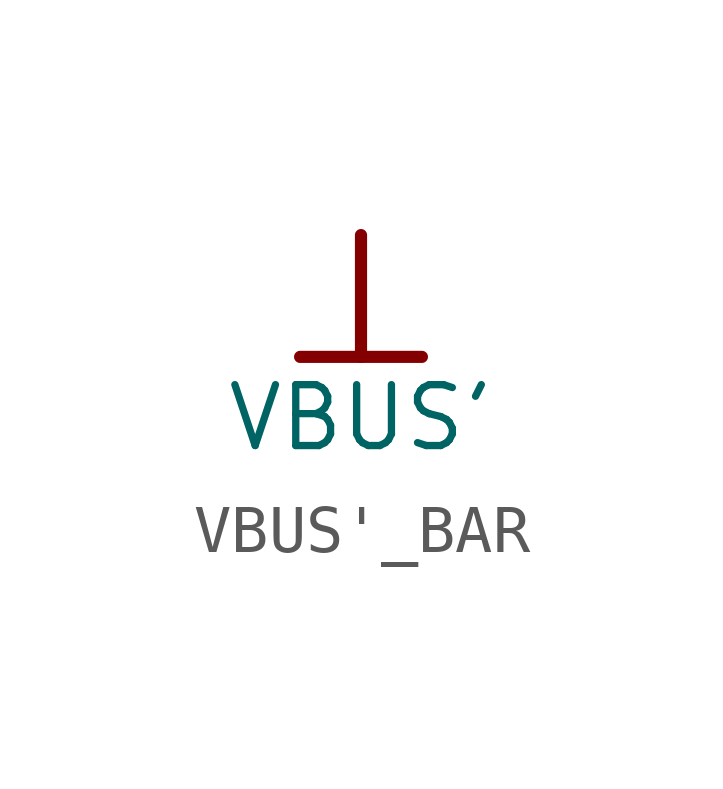
<source format=kicad_sym>
(kicad_symbol_lib
  (version 20241209)
  (generator "kicad_symbol_editor")
  (generator_version "9.0")
  (symbol "VBUS'_BAR"
    (power)
    (property "Reference" "#PWR"
      (at 0 0 0)
      (effects (font (size 1.27 1.27)) (hide yes)))
    (property "Value" "VBUS'"
      (at 0 -3.81 0)
      (effects (font (size 1.27 1.27))))
    (symbol "VBUS'_BAR_0_0"
      (polyline (pts (xy -1.27 -2.54) (xy 1.27 -2.54)) (stroke (width 0.254) (type solid)) (fill (type none)))
      (polyline (pts (xy 0 0) (xy 0 -2.54)) (stroke (width 0.254) (type solid)) (fill (type none)))
      (pin power_in line (at 0 0 0) (length 0) (hide yes) (name "VBUS'" (effects (font (size 1.27 1.27)))) (number "" (effects (font (size 1.27 1.27))))))))
</source>
